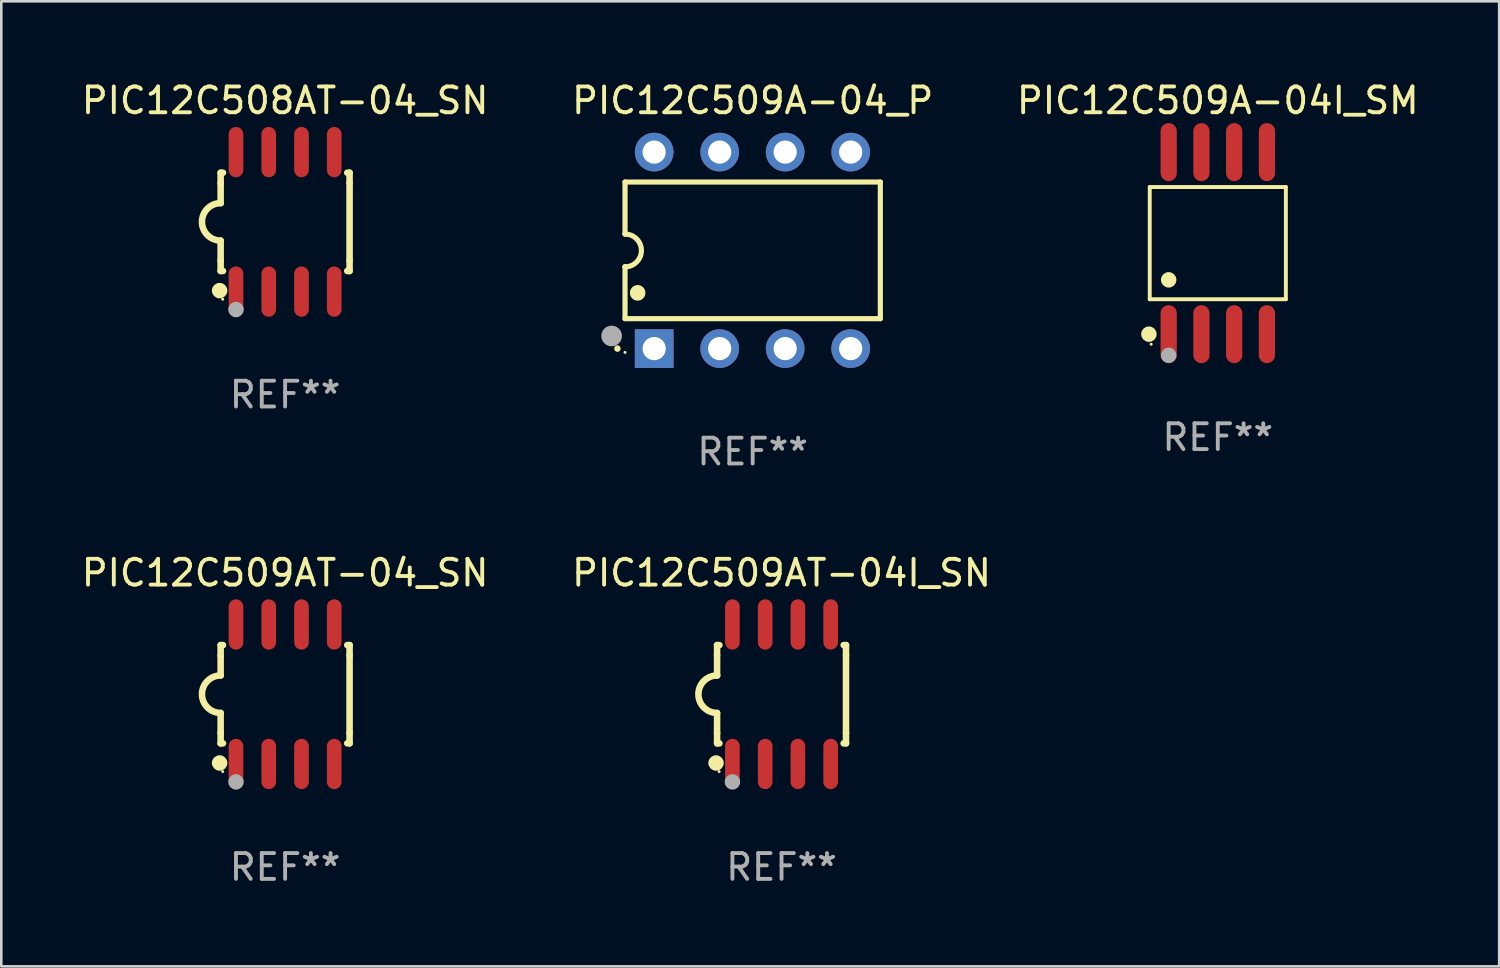
<source format=kicad_pcb>
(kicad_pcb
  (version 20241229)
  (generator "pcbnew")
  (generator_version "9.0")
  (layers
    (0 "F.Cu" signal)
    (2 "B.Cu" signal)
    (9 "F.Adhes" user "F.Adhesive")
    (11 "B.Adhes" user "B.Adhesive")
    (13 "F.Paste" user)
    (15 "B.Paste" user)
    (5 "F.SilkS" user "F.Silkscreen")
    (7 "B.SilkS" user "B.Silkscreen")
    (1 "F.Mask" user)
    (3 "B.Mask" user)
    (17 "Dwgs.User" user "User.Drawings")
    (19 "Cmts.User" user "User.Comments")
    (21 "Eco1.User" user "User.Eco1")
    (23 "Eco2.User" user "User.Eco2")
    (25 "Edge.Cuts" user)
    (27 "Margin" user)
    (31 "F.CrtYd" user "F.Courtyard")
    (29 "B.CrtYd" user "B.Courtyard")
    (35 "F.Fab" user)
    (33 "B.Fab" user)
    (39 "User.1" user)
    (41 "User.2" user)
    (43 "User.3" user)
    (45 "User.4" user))
  (footprint "PIC12C508AT-04_SN"
    (layer "F.Cu")
    (at 8.006 5.553)
    (property "Reference" "PIC12C508AT-04_SN" (at 0 -4.705 0) (layer "F.SilkS") (effects (font (size 1 1) (thickness 0.15))))
    (attr through_hole)
    (fp_line (start -2.5 -1.905) (end -2.409 -1.905) (stroke (width 0.254) (type solid)) (layer "F.SilkS"))
    (fp_line (start -2.5 -1.5) (end -2.5 -1.905) (stroke (width 0.254) (type solid)) (layer "F.SilkS"))
    (fp_line (start -2.5 -1.5) (end -2.5 -0.726) (stroke (width 0.254) (type solid)) (layer "F.SilkS"))
    (fp_line (start -2.5 1.5) (end -2.5 0.727) (stroke (width 0.254) (type solid)) (layer "F.SilkS"))
    (fp_line (start -2.5 1.5) (end -2.5 1.905) (stroke (width 0.254) (type solid)) (layer "F.SilkS"))
    (fp_line (start -2.5 1.905) (end -2.409 1.905) (stroke (width 0.254) (type solid)) (layer "F.SilkS"))
    (fp_line (start 2.5 -1.905) (end 2.409 -1.905) (stroke (width 0.254) (type solid)) (layer "F.SilkS"))
    (fp_line (start 2.5 -1.5) (end 2.5 -1.905) (stroke (width 0.254) (type solid)) (layer "F.SilkS"))
    (fp_line (start 2.5 -1.5) (end 2.5 1.5) (stroke (width 0.254) (type solid)) (layer "F.SilkS"))
    (fp_line (start 2.5 1.5) (end 2.5 1.905) (stroke (width 0.254) (type solid)) (layer "F.SilkS"))
    (fp_line (start 2.5 1.905) (end 2.409 1.905) (stroke (width 0.254) (type solid)) (layer "F.SilkS"))
    (fp_arc (start -2.5 0.726568) (mid -3.220316 -0.0023) (end -2.495097 -0.726289) (stroke (width 0.254001) (type solid)) (layer "F.SilkS"))
    (fp_circle (center -2.54 2.667) (end -2.39 2.667) (stroke (width 0.3) (type solid)) (fill no) (layer "F.SilkS"))
    (fp_circle (center -2.42 3) (end -2.39 3) (stroke (width 0.06) (type solid)) (fill no) (layer "F.SilkS"))
    (fp_circle (center -1.905 3.4) (end -1.755 3.4) (stroke (width 0.3) (type solid)) (fill no) (layer "F.Fab"))
    (fp_text user "REF**" (at 0 6.705 0) (layer "F.Fab") (effects (font (size 1 1) (thickness 0.15))))
    (pad "1" smd oval (at -1.905 2.705) (size 0.568 1.95) (layers "F.Cu" "F.Mask" "F.Paste"))
    (pad "2" smd oval (at -0.635 2.705) (size 0.568 1.95) (layers "F.Cu" "F.Mask" "F.Paste"))
    (pad "3" smd oval (at 0.635 2.705) (size 0.568 1.95) (layers "F.Cu" "F.Mask" "F.Paste"))
    (pad "4" smd oval (at 1.905 2.705) (size 0.568 1.95) (layers "F.Cu" "F.Mask" "F.Paste"))
    (pad "5" smd oval (at 1.905 -2.705) (size 0.568 1.95) (layers "F.Cu" "F.Mask" "F.Paste"))
    (pad "6" smd oval (at 0.635 -2.705) (size 0.568 1.95) (layers "F.Cu" "F.Mask" "F.Paste"))
    (pad "7" smd oval (at -0.635 -2.705) (size 0.568 1.95) (layers "F.Cu" "F.Mask" "F.Paste"))
    (pad "8" smd oval (at -1.905 -2.705) (size 0.568 1.95) (layers "F.Cu" "F.Mask" "F.Paste")))
  (footprint "PIC12C509A-04_P"
    (layer "F.Cu")
    (at 26.137 6.658)
    (property "Reference" "PIC12C509A-04_P" (at 0 -5.81 0) (layer "F.SilkS") (effects (font (size 1 1) (thickness 0.15))))
    (attr through_hole)
    (fp_line (start -4.95 -2.649) (end 4.95 -2.649) (stroke (width 0.2) (type solid)) (layer "F.SilkS"))
    (fp_line (start -4.95 -0.635) (end -4.95 -2.649) (stroke (width 0.2) (type solid)) (layer "F.SilkS"))
    (fp_line (start -4.95 0.635) (end -4.95 0.64) (stroke (width 0.2) (type solid)) (layer "F.SilkS"))
    (fp_line (start -4.95 2.649) (end -4.95 0.635) (stroke (width 0.2) (type solid)) (layer "F.SilkS"))
    (fp_line (start -4.95 -0.64) (end -4.95 -0.635) (stroke (width 0.2) (type solid)) (layer "F.SilkS"))
    (fp_line (start 4.95 -2.649) (end 4.95 2.649) (stroke (width 0.2) (type solid)) (layer "F.SilkS"))
    (fp_line (start 4.95 2.649) (end -4.95 2.649) (stroke (width 0.2) (type solid)) (layer "F.SilkS"))
    (fp_arc (start -5.24511 3.810008) (mid -5.245117 3.808738) (end -5.24511 3.807468) (stroke (width 0.25) (type solid)) (layer "F.SilkS"))
    (fp_arc (start -4.950165 -0.629997) (mid -4.315164 0.005004) (end -4.950165 0.640005) (stroke (width 0.2) (type solid)) (layer "F.SilkS"))
    (fp_arc (start -4.460249 1.651003) (mid -4.46026 1.648463) (end -4.460249 1.645923) (stroke (width 0.6) (type solid)) (layer "F.SilkS"))
    (fp_circle (center -4.95 3.956) (end -4.92 3.956) (stroke (width 0.06) (type solid)) (fill no) (layer "F.SilkS"))
    (fp_circle (center -5.47 3.32) (end -5.27 3.32) (stroke (width 0.4) (type solid)) (fill no) (layer "F.Fab"))
    (fp_text user "REF**" (at 0 7.81 0) (layer "F.Fab") (effects (font (size 1 1) (thickness 0.15))))
    (pad "1" thru_hole rect (at -3.82 3.81) (size 1.5 1.5) (drill 0.9) (layers "*.Cu" "*.Mask"))
    (pad "2" thru_hole circle (at -1.28 3.81) (size 1.5 1.5) (drill 0.9) (layers "*.Cu" "*.Mask"))
    (pad "3" thru_hole circle (at 1.26 3.81) (size 1.5 1.5) (drill 0.9) (layers "*.Cu" "*.Mask"))
    (pad "4" thru_hole circle (at 3.8 3.81) (size 1.5 1.5) (drill 0.9) (layers "*.Cu" "*.Mask"))
    (pad "5" thru_hole circle (at 3.8 -3.81) (size 1.5 1.5) (drill 0.9) (layers "*.Cu" "*.Mask"))
    (pad "6" thru_hole circle (at 1.26 -3.81) (size 1.5 1.5) (drill 0.9) (layers "*.Cu" "*.Mask"))
    (pad "7" thru_hole circle (at -1.28 -3.81) (size 1.5 1.5) (drill 0.9) (layers "*.Cu" "*.Mask"))
    (pad "8" thru_hole circle (at -3.82 -3.81) (size 1.5 1.5) (drill 0.9) (layers "*.Cu" "*.Mask")))
  (footprint "PIC12C509AT-04I_SN"
    (layer "F.Cu")
    (at 27.256 23.87)
    (property "Reference" "PIC12C509AT-04I_SN" (at 0 -4.705 0) (layer "F.SilkS") (effects (font (size 1 1) (thickness 0.15))))
    (attr through_hole)
    (fp_line (start -2.5 -1.905) (end -2.409 -1.905) (stroke (width 0.254) (type solid)) (layer "F.SilkS"))
    (fp_line (start -2.5 -1.5) (end -2.5 -1.905) (stroke (width 0.254) (type solid)) (layer "F.SilkS"))
    (fp_line (start -2.5 -1.5) (end -2.5 -0.726) (stroke (width 0.254) (type solid)) (layer "F.SilkS"))
    (fp_line (start -2.5 1.5) (end -2.5 0.727) (stroke (width 0.254) (type solid)) (layer "F.SilkS"))
    (fp_line (start -2.5 1.5) (end -2.5 1.905) (stroke (width 0.254) (type solid)) (layer "F.SilkS"))
    (fp_line (start -2.5 1.905) (end -2.409 1.905) (stroke (width 0.254) (type solid)) (layer "F.SilkS"))
    (fp_line (start 2.5 -1.905) (end 2.409 -1.905) (stroke (width 0.254) (type solid)) (layer "F.SilkS"))
    (fp_line (start 2.5 -1.5) (end 2.5 -1.905) (stroke (width 0.254) (type solid)) (layer "F.SilkS"))
    (fp_line (start 2.5 -1.5) (end 2.5 1.5) (stroke (width 0.254) (type solid)) (layer "F.SilkS"))
    (fp_line (start 2.5 1.5) (end 2.5 1.905) (stroke (width 0.254) (type solid)) (layer "F.SilkS"))
    (fp_line (start 2.5 1.905) (end 2.409 1.905) (stroke (width 0.254) (type solid)) (layer "F.SilkS"))
    (fp_arc (start -2.5 0.726568) (mid -3.220316 -0.0023) (end -2.495097 -0.726289) (stroke (width 0.254001) (type solid)) (layer "F.SilkS"))
    (fp_circle (center -2.54 2.667) (end -2.39 2.667) (stroke (width 0.3) (type solid)) (fill no) (layer "F.SilkS"))
    (fp_circle (center -2.42 3) (end -2.39 3) (stroke (width 0.06) (type solid)) (fill no) (layer "F.SilkS"))
    (fp_circle (center -1.905 3.4) (end -1.755 3.4) (stroke (width 0.3) (type solid)) (fill no) (layer "F.Fab"))
    (fp_text user "REF**" (at 0 6.705 0) (layer "F.Fab") (effects (font (size 1 1) (thickness 0.15))))
    (pad "1" smd oval (at -1.905 2.705) (size 0.568 1.95) (layers "F.Cu" "F.Mask" "F.Paste"))
    (pad "2" smd oval (at -0.635 2.705) (size 0.568 1.95) (layers "F.Cu" "F.Mask" "F.Paste"))
    (pad "3" smd oval (at 0.635 2.705) (size 0.568 1.95) (layers "F.Cu" "F.Mask" "F.Paste"))
    (pad "4" smd oval (at 1.905 2.705) (size 0.568 1.95) (layers "F.Cu" "F.Mask" "F.Paste"))
    (pad "5" smd oval (at 1.905 -2.705) (size 0.568 1.95) (layers "F.Cu" "F.Mask" "F.Paste"))
    (pad "6" smd oval (at 0.635 -2.705) (size 0.568 1.95) (layers "F.Cu" "F.Mask" "F.Paste"))
    (pad "7" smd oval (at -0.635 -2.705) (size 0.568 1.95) (layers "F.Cu" "F.Mask" "F.Paste"))
    (pad "8" smd oval (at -1.905 -2.705) (size 0.568 1.95) (layers "F.Cu" "F.Mask" "F.Paste")))
  (footprint "PIC12C509A-04I_SM"
    (layer "F.Cu")
    (at 44.173 6.378)
    (property "Reference" "PIC12C509A-04I_SM" (at 0 -5.53 0) (layer "F.SilkS") (effects (font (size 1 1) (thickness 0.15))))
    (attr through_hole)
    (fp_line (start -2.639 -2.176) (end 2.639 -2.176) (stroke (width 0.152) (type solid)) (layer "F.SilkS"))
    (fp_line (start -2.639 2.176) (end -2.639 -2.176) (stroke (width 0.152) (type solid)) (layer "F.SilkS"))
    (fp_line (start 2.639 -2.176) (end 2.639 2.176) (stroke (width 0.152) (type solid)) (layer "F.SilkS"))
    (fp_line (start 2.639 2.176) (end -2.639 2.176) (stroke (width 0.152) (type solid)) (layer "F.SilkS"))
    (fp_circle (center -2.672 3.53) (end -2.522 3.53) (stroke (width 0.3) (type solid)) (fill no) (layer "F.SilkS"))
    (fp_circle (center -2.585 3.92) (end -2.555 3.92) (stroke (width 0.06) (type solid)) (fill no) (layer "F.SilkS"))
    (fp_circle (center -1.905 1.424) (end -1.755 1.424) (stroke (width 0.3) (type solid)) (fill no) (layer "F.SilkS"))
    (fp_circle (center -1.905 4.35) (end -1.755 4.35) (stroke (width 0.3) (type solid)) (fill no) (layer "F.Fab"))
    (fp_text user "REF**" (at 0 7.53 0) (layer "F.Fab") (effects (font (size 1 1) (thickness 0.15))))
    (pad "1" smd oval (at -1.905 3.53) (size 0.63 2.25) (layers "F.Cu" "F.Mask" "F.Paste"))
    (pad "2" smd oval (at -0.635 3.53) (size 0.63 2.25) (layers "F.Cu" "F.Mask" "F.Paste"))
    (pad "3" smd oval (at 0.635 3.53) (size 0.63 2.25) (layers "F.Cu" "F.Mask" "F.Paste"))
    (pad "4" smd oval (at 1.905 3.53) (size 0.63 2.25) (layers "F.Cu" "F.Mask" "F.Paste"))
    (pad "5" smd oval (at 1.905 -3.53) (size 0.63 2.25) (layers "F.Cu" "F.Mask" "F.Paste"))
    (pad "6" smd oval (at 0.635 -3.53) (size 0.63 2.25) (layers "F.Cu" "F.Mask" "F.Paste"))
    (pad "7" smd oval (at -0.635 -3.53) (size 0.63 2.25) (layers "F.Cu" "F.Mask" "F.Paste"))
    (pad "8" smd oval (at -1.905 -3.53) (size 0.63 2.25) (layers "F.Cu" "F.Mask" "F.Paste")))
  (footprint "PIC12C509AT-04_SN"
    (layer "F.Cu")
    (at 8.006 23.87)
    (property "Reference" "PIC12C509AT-04_SN" (at 0 -4.705 0) (layer "F.SilkS") (effects (font (size 1 1) (thickness 0.15))))
    (attr through_hole)
    (fp_line (start -2.5 -1.905) (end -2.409 -1.905) (stroke (width 0.254) (type solid)) (layer "F.SilkS"))
    (fp_line (start -2.5 -1.5) (end -2.5 -1.905) (stroke (width 0.254) (type solid)) (layer "F.SilkS"))
    (fp_line (start -2.5 -1.5) (end -2.5 -0.726) (stroke (width 0.254) (type solid)) (layer "F.SilkS"))
    (fp_line (start -2.5 1.5) (end -2.5 0.727) (stroke (width 0.254) (type solid)) (layer "F.SilkS"))
    (fp_line (start -2.5 1.5) (end -2.5 1.905) (stroke (width 0.254) (type solid)) (layer "F.SilkS"))
    (fp_line (start -2.5 1.905) (end -2.409 1.905) (stroke (width 0.254) (type solid)) (layer "F.SilkS"))
    (fp_line (start 2.5 -1.905) (end 2.409 -1.905) (stroke (width 0.254) (type solid)) (layer "F.SilkS"))
    (fp_line (start 2.5 -1.5) (end 2.5 -1.905) (stroke (width 0.254) (type solid)) (layer "F.SilkS"))
    (fp_line (start 2.5 -1.5) (end 2.5 1.5) (stroke (width 0.254) (type solid)) (layer "F.SilkS"))
    (fp_line (start 2.5 1.5) (end 2.5 1.905) (stroke (width 0.254) (type solid)) (layer "F.SilkS"))
    (fp_line (start 2.5 1.905) (end 2.409 1.905) (stroke (width 0.254) (type solid)) (layer "F.SilkS"))
    (fp_arc (start -2.5 0.726568) (mid -3.220316 -0.0023) (end -2.495097 -0.726289) (stroke (width 0.254001) (type solid)) (layer "F.SilkS"))
    (fp_circle (center -2.54 2.667) (end -2.39 2.667) (stroke (width 0.3) (type solid)) (fill no) (layer "F.SilkS"))
    (fp_circle (center -2.42 3) (end -2.39 3) (stroke (width 0.06) (type solid)) (fill no) (layer "F.SilkS"))
    (fp_circle (center -1.905 3.4) (end -1.755 3.4) (stroke (width 0.3) (type solid)) (fill no) (layer "F.Fab"))
    (fp_text user "REF**" (at 0 6.705 0) (layer "F.Fab") (effects (font (size 1 1) (thickness 0.15))))
    (pad "1" smd oval (at -1.905 2.705) (size 0.568 1.95) (layers "F.Cu" "F.Mask" "F.Paste"))
    (pad "2" smd oval (at -0.635 2.705) (size 0.568 1.95) (layers "F.Cu" "F.Mask" "F.Paste"))
    (pad "3" smd oval (at 0.635 2.705) (size 0.568 1.95) (layers "F.Cu" "F.Mask" "F.Paste"))
    (pad "4" smd oval (at 1.905 2.705) (size 0.568 1.95) (layers "F.Cu" "F.Mask" "F.Paste"))
    (pad "5" smd oval (at 1.905 -2.705) (size 0.568 1.95) (layers "F.Cu" "F.Mask" "F.Paste"))
    (pad "6" smd oval (at 0.635 -2.705) (size 0.568 1.95) (layers "F.Cu" "F.Mask" "F.Paste"))
    (pad "7" smd oval (at -0.635 -2.705) (size 0.568 1.95) (layers "F.Cu" "F.Mask" "F.Paste"))
    (pad "8" smd oval (at -1.905 -2.705) (size 0.568 1.95) (layers "F.Cu" "F.Mask" "F.Paste")))
  (gr_rect
    (start -3 -3)
    (end 55.083 34.423)
    (stroke (width 0.1) (type default))
    (fill no)
    (layer "Edge.Cuts")))
</source>
